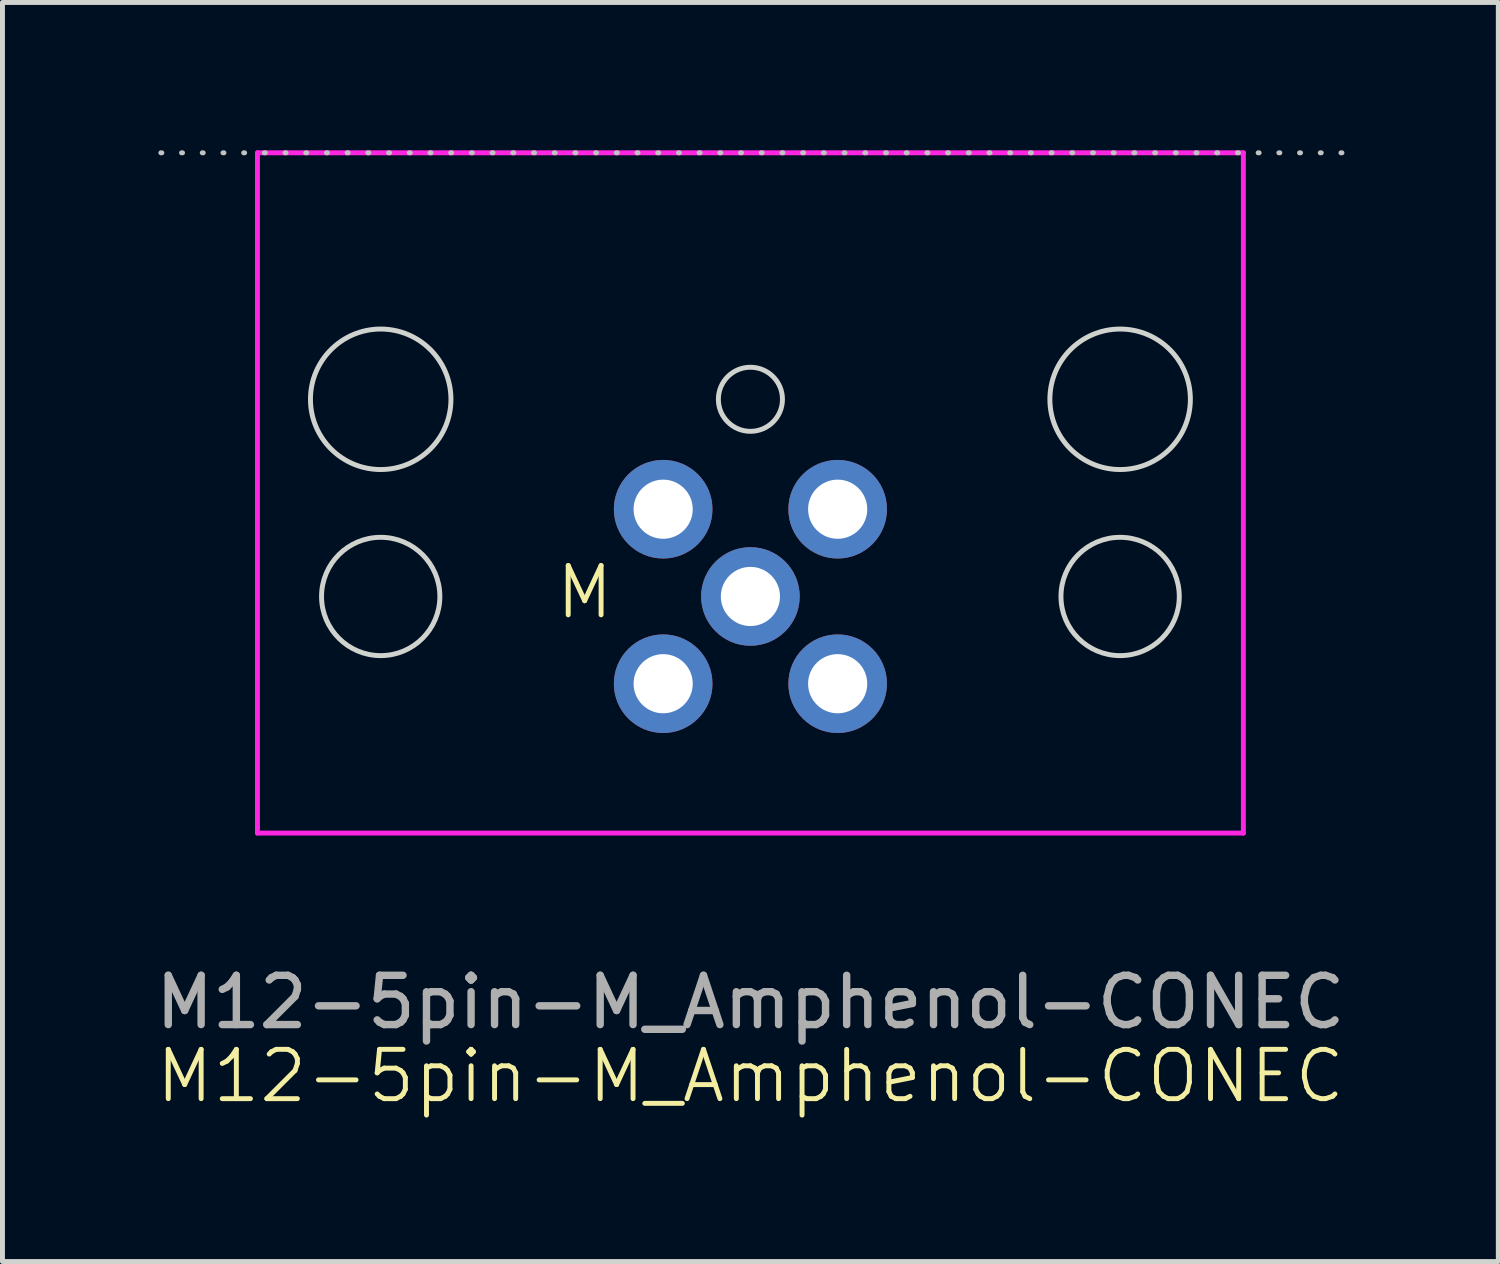
<source format=kicad_pcb>
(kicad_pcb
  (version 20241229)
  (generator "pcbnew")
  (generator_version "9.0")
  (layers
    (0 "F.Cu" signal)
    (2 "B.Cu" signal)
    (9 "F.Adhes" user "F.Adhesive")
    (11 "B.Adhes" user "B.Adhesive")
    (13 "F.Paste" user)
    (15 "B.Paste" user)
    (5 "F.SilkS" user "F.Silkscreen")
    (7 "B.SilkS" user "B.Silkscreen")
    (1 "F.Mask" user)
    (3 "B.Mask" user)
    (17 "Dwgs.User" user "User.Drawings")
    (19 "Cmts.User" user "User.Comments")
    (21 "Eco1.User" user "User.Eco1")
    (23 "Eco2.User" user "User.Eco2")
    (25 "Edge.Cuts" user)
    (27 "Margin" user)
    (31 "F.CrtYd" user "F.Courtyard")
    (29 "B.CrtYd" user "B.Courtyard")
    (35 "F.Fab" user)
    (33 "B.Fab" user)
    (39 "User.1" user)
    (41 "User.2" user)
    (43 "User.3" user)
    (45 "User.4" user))
  (footprint "M12-5pin-M_Amphenol-CONEC"
    (layer "F.Cu")
    (at 12.173 9.05)
    (property "Reference" "M12-5pin-M_Amphenol-CONEC" (at 0 9.73 0) (unlocked yes) (layer "F.SilkS") (effects (font (size 1 1) (thickness 0.1))))
    (attr through_hole)
    (fp_line (start 12 -9) (end -12 -9) (stroke (width 0.1) (type dot)) (layer "Dwgs.User"))
    (fp_circle (center -7.5 -4) (end -6.075 -4) (stroke (width 0.1) (type default)) (fill no) (layer "Edge.Cuts"))
    (fp_circle (center -7.5 0) (end -6.3 0) (stroke (width 0.1) (type default)) (fill no) (layer "Edge.Cuts"))
    (fp_circle (center 0 -4) (end 0.65 -4) (stroke (width 0.1) (type default)) (fill no) (layer "Edge.Cuts"))
    (fp_circle (center 7.5 -4) (end 6.075 -4) (stroke (width 0.1) (type default)) (fill no) (layer "Edge.Cuts"))
    (fp_circle (center 7.5 0) (end 8.7 0) (stroke (width 0.1) (type default)) (fill no) (layer "Edge.Cuts"))
    (fp_line (start -10 -9) (end 10 -9) (stroke (width 0.1) (type default)) (layer "F.CrtYd"))
    (fp_line (start -10 4.8) (end -10 -9) (stroke (width 0.1) (type default)) (layer "F.CrtYd"))
    (fp_line (start 10 -9) (end 10 4.8) (stroke (width 0.1) (type default)) (layer "F.CrtYd"))
    (fp_line (start 10 4.8) (end -10 4.8) (stroke (width 0.1) (type default)) (layer "F.CrtYd"))
    (fp_text user "M" (at -4 0.5 0) (unlocked yes) (layer "F.SilkS") (effects (font (size 1 1) (thickness 0.1)) (justify left bottom)))
    (fp_text user "${REFERENCE}" (at 0 8.23 0) (unlocked yes) (layer "F.Fab") (effects (font (size 1 1) (thickness 0.15))))
    (pad "1" thru_hole circle (at -1.77 1.77 180) (size 2 2) (drill 1.2) (layers "*.Cu" "*.Mask"))
    (pad "2" thru_hole circle (at 1.77 1.77 180) (size 2 2) (drill 1.2) (layers "*.Cu" "*.Mask"))
    (pad "3" thru_hole circle (at 1.77 -1.77 180) (size 2 2) (drill 1.2) (layers "*.Cu" "*.Mask"))
    (pad "4" thru_hole circle (at -1.77 -1.77 180) (size 2 2) (drill 1.2) (layers "*.Cu" "*.Mask"))
    (pad "5" thru_hole circle (at 0 0 180) (size 2 2) (drill 1.2) (layers "*.Cu" "*.Mask")))
  (gr_rect
    (start -3 -3)
    (end 27.345 22.541)
    (stroke (width 0.1) (type default))
    (fill no)
    (layer "Edge.Cuts")))
</source>
